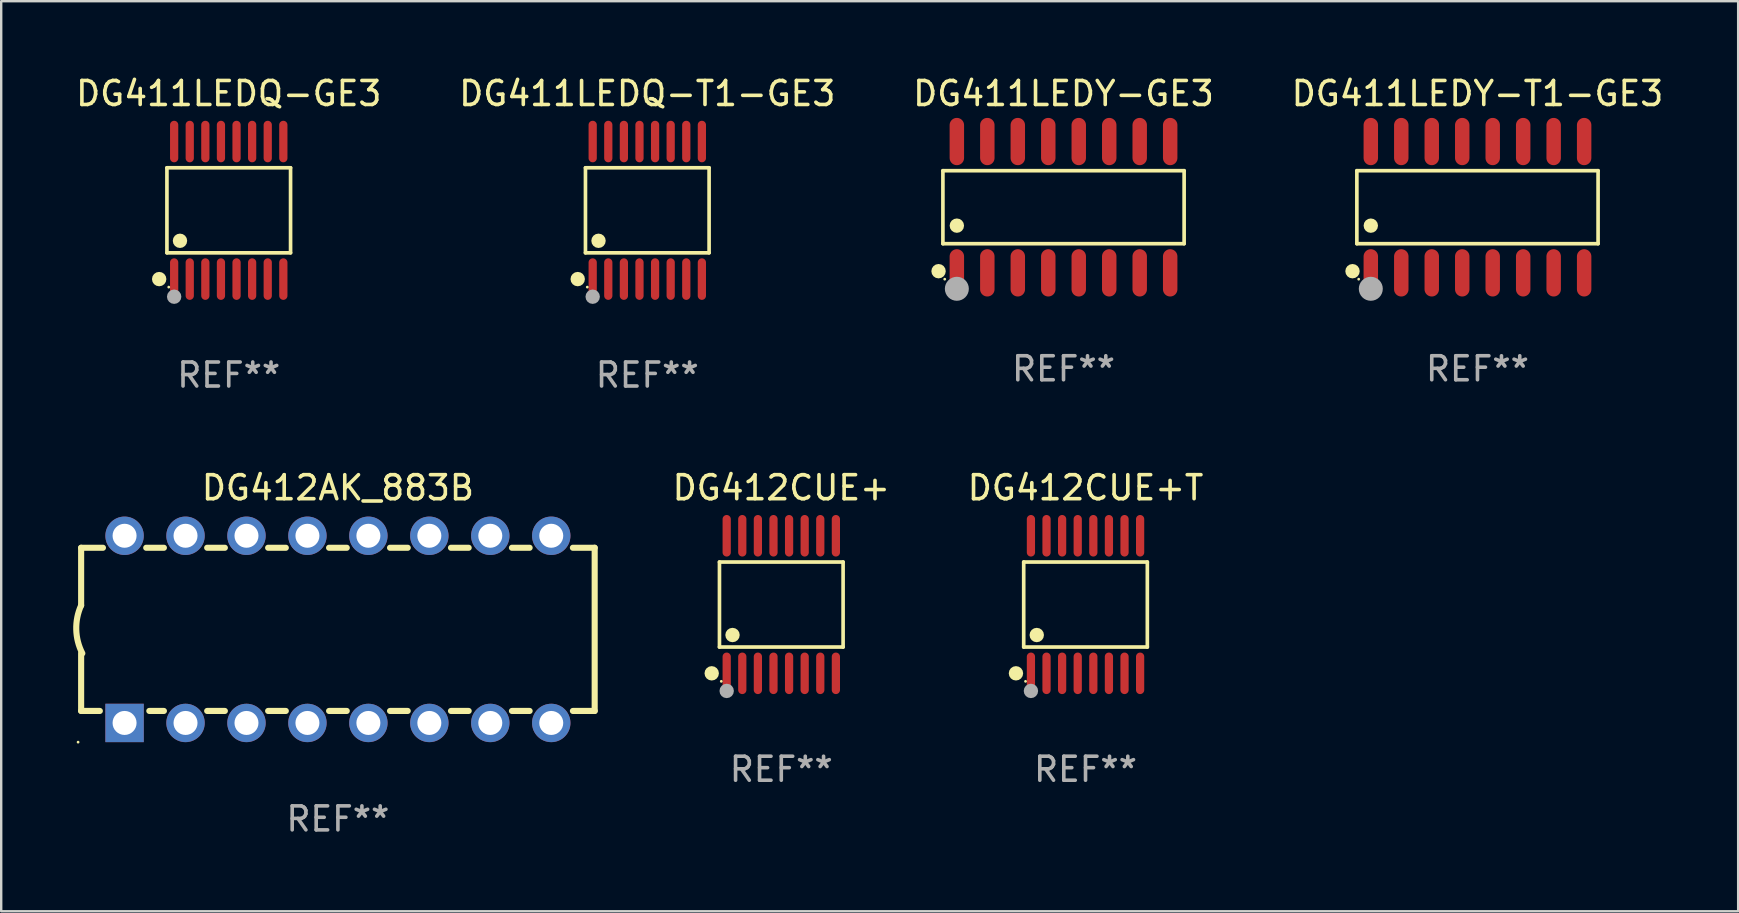
<source format=kicad_pcb>
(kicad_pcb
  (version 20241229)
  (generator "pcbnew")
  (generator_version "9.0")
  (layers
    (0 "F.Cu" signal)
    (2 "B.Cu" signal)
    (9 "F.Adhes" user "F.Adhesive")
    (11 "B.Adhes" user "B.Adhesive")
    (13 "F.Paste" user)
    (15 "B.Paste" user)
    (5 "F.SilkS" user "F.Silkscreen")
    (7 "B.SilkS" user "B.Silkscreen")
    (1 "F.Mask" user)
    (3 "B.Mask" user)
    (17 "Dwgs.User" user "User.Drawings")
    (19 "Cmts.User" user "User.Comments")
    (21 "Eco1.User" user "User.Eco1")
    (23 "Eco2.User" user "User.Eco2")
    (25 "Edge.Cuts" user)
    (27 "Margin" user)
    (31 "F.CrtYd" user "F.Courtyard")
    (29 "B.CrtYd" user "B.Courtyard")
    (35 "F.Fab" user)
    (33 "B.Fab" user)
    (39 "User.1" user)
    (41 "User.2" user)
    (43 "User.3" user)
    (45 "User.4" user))
  (footprint "DG412CUE+T"
    (layer "F.Cu")
    (at 42.185 22.142)
    (property "Reference" "DG412CUE+T" (at 0 -4.866 0) (layer "F.SilkS") (effects (font (size 1 1) (thickness 0.15))))
    (attr through_hole)
    (fp_line (start -2.576 -1.772) (end 2.576 -1.772) (stroke (width 0.152) (type solid)) (layer "F.SilkS"))
    (fp_line (start -2.576 1.771) (end -2.576 -1.772) (stroke (width 0.152) (type solid)) (layer "F.SilkS"))
    (fp_line (start 2.576 -1.772) (end 2.576 1.771) (stroke (width 0.152) (type solid)) (layer "F.SilkS"))
    (fp_line (start 2.576 1.771) (end -2.576 1.771) (stroke (width 0.152) (type solid)) (layer "F.SilkS"))
    (fp_circle (center -2.899 2.866) (end -2.749 2.866) (stroke (width 0.3) (type solid)) (fill no) (layer "F.SilkS"))
    (fp_circle (center -2.5 3.2) (end -2.47 3.2) (stroke (width 0.06) (type solid)) (fill no) (layer "F.SilkS"))
    (fp_circle (center -2.032 1.27) (end -1.882 1.27) (stroke (width 0.3) (type solid)) (fill no) (layer "F.SilkS"))
    (fp_circle (center -2.275 3.6) (end -2.125 3.6) (stroke (width 0.3) (type solid)) (fill no) (layer "F.Fab"))
    (fp_text user "REF**" (at 0 6.866 0) (layer "F.Fab") (effects (font (size 1 1) (thickness 0.15))))
    (pad "1" smd oval (at -2.275 2.866) (size 0.343 1.731) (layers "F.Cu" "F.Mask" "F.Paste"))
    (pad "2" smd oval (at -1.625 2.866) (size 0.343 1.731) (layers "F.Cu" "F.Mask" "F.Paste"))
    (pad "3" smd oval (at -0.975 2.866) (size 0.343 1.731) (layers "F.Cu" "F.Mask" "F.Paste"))
    (pad "4" smd oval (at -0.325 2.866) (size 0.343 1.731) (layers "F.Cu" "F.Mask" "F.Paste"))
    (pad "5" smd oval (at 0.325 2.866) (size 0.343 1.731) (layers "F.Cu" "F.Mask" "F.Paste"))
    (pad "6" smd oval (at 0.975 2.866) (size 0.343 1.731) (layers "F.Cu" "F.Mask" "F.Paste"))
    (pad "7" smd oval (at 1.625 2.866) (size 0.343 1.731) (layers "F.Cu" "F.Mask" "F.Paste"))
    (pad "8" smd oval (at 2.275 2.866) (size 0.343 1.731) (layers "F.Cu" "F.Mask" "F.Paste"))
    (pad "9" smd oval (at 2.275 -2.866) (size 0.343 1.731) (layers "F.Cu" "F.Mask" "F.Paste"))
    (pad "10" smd oval (at 1.625 -2.866) (size 0.343 1.731) (layers "F.Cu" "F.Mask" "F.Paste"))
    (pad "11" smd oval (at 0.975 -2.866) (size 0.343 1.731) (layers "F.Cu" "F.Mask" "F.Paste"))
    (pad "12" smd oval (at 0.325 -2.866) (size 0.343 1.731) (layers "F.Cu" "F.Mask" "F.Paste"))
    (pad "13" smd oval (at -0.325 -2.866) (size 0.343 1.731) (layers "F.Cu" "F.Mask" "F.Paste"))
    (pad "14" smd oval (at -0.975 -2.866) (size 0.343 1.731) (layers "F.Cu" "F.Mask" "F.Paste"))
    (pad "15" smd oval (at -1.625 -2.866) (size 0.343 1.731) (layers "F.Cu" "F.Mask" "F.Paste"))
    (pad "16" smd oval (at -2.275 -2.866) (size 0.343 1.731) (layers "F.Cu" "F.Mask" "F.Paste")))
  (footprint "DG412CUE+"
    (layer "F.Cu")
    (at 29.507 22.142)
    (property "Reference" "DG412CUE+" (at 0 -4.866 0) (layer "F.SilkS") (effects (font (size 1 1) (thickness 0.15))))
    (attr through_hole)
    (fp_line (start -2.576 -1.772) (end 2.576 -1.772) (stroke (width 0.152) (type solid)) (layer "F.SilkS"))
    (fp_line (start -2.576 1.771) (end -2.576 -1.772) (stroke (width 0.152) (type solid)) (layer "F.SilkS"))
    (fp_line (start 2.576 -1.772) (end 2.576 1.771) (stroke (width 0.152) (type solid)) (layer "F.SilkS"))
    (fp_line (start 2.576 1.771) (end -2.576 1.771) (stroke (width 0.152) (type solid)) (layer "F.SilkS"))
    (fp_circle (center -2.899 2.866) (end -2.749 2.866) (stroke (width 0.3) (type solid)) (fill no) (layer "F.SilkS"))
    (fp_circle (center -2.5 3.2) (end -2.47 3.2) (stroke (width 0.06) (type solid)) (fill no) (layer "F.SilkS"))
    (fp_circle (center -2.032 1.27) (end -1.882 1.27) (stroke (width 0.3) (type solid)) (fill no) (layer "F.SilkS"))
    (fp_circle (center -2.275 3.6) (end -2.125 3.6) (stroke (width 0.3) (type solid)) (fill no) (layer "F.Fab"))
    (fp_text user "REF**" (at 0 6.866 0) (layer "F.Fab") (effects (font (size 1 1) (thickness 0.15))))
    (pad "1" smd oval (at -2.275 2.866) (size 0.343 1.731) (layers "F.Cu" "F.Mask" "F.Paste"))
    (pad "2" smd oval (at -1.625 2.866) (size 0.343 1.731) (layers "F.Cu" "F.Mask" "F.Paste"))
    (pad "3" smd oval (at -0.975 2.866) (size 0.343 1.731) (layers "F.Cu" "F.Mask" "F.Paste"))
    (pad "4" smd oval (at -0.325 2.866) (size 0.343 1.731) (layers "F.Cu" "F.Mask" "F.Paste"))
    (pad "5" smd oval (at 0.325 2.866) (size 0.343 1.731) (layers "F.Cu" "F.Mask" "F.Paste"))
    (pad "6" smd oval (at 0.975 2.866) (size 0.343 1.731) (layers "F.Cu" "F.Mask" "F.Paste"))
    (pad "7" smd oval (at 1.625 2.866) (size 0.343 1.731) (layers "F.Cu" "F.Mask" "F.Paste"))
    (pad "8" smd oval (at 2.275 2.866) (size 0.343 1.731) (layers "F.Cu" "F.Mask" "F.Paste"))
    (pad "9" smd oval (at 2.275 -2.866) (size 0.343 1.731) (layers "F.Cu" "F.Mask" "F.Paste"))
    (pad "10" smd oval (at 1.625 -2.866) (size 0.343 1.731) (layers "F.Cu" "F.Mask" "F.Paste"))
    (pad "11" smd oval (at 0.975 -2.866) (size 0.343 1.731) (layers "F.Cu" "F.Mask" "F.Paste"))
    (pad "12" smd oval (at 0.325 -2.866) (size 0.343 1.731) (layers "F.Cu" "F.Mask" "F.Paste"))
    (pad "13" smd oval (at -0.325 -2.866) (size 0.343 1.731) (layers "F.Cu" "F.Mask" "F.Paste"))
    (pad "14" smd oval (at -0.975 -2.866) (size 0.343 1.731) (layers "F.Cu" "F.Mask" "F.Paste"))
    (pad "15" smd oval (at -1.625 -2.866) (size 0.343 1.731) (layers "F.Cu" "F.Mask" "F.Paste"))
    (pad "16" smd oval (at -2.275 -2.866) (size 0.343 1.731) (layers "F.Cu" "F.Mask" "F.Paste")))
  (footprint "DG411LEDQ-GE3"
    (layer "F.Cu")
    (at 6.482 5.714)
    (property "Reference" "DG411LEDQ-GE3" (at 0 -4.866 0) (layer "F.SilkS") (effects (font (size 1 1) (thickness 0.15))))
    (attr through_hole)
    (fp_line (start -2.576 -1.772) (end 2.576 -1.772) (stroke (width 0.152) (type solid)) (layer "F.SilkS"))
    (fp_line (start -2.576 1.771) (end -2.576 -1.772) (stroke (width 0.152) (type solid)) (layer "F.SilkS"))
    (fp_line (start 2.576 -1.772) (end 2.576 1.771) (stroke (width 0.152) (type solid)) (layer "F.SilkS"))
    (fp_line (start 2.576 1.771) (end -2.576 1.771) (stroke (width 0.152) (type solid)) (layer "F.SilkS"))
    (fp_circle (center -2.899 2.866) (end -2.749 2.866) (stroke (width 0.3) (type solid)) (fill no) (layer "F.SilkS"))
    (fp_circle (center -2.5 3.2) (end -2.47 3.2) (stroke (width 0.06) (type solid)) (fill no) (layer "F.SilkS"))
    (fp_circle (center -2.032 1.27) (end -1.882 1.27) (stroke (width 0.3) (type solid)) (fill no) (layer "F.SilkS"))
    (fp_circle (center -2.275 3.6) (end -2.125 3.6) (stroke (width 0.3) (type solid)) (fill no) (layer "F.Fab"))
    (fp_text user "REF**" (at 0 6.866 0) (layer "F.Fab") (effects (font (size 1 1) (thickness 0.15))))
    (pad "1" smd oval (at -2.275 2.866) (size 0.343 1.731) (layers "F.Cu" "F.Mask" "F.Paste"))
    (pad "2" smd oval (at -1.625 2.866) (size 0.343 1.731) (layers "F.Cu" "F.Mask" "F.Paste"))
    (pad "3" smd oval (at -0.975 2.866) (size 0.343 1.731) (layers "F.Cu" "F.Mask" "F.Paste"))
    (pad "4" smd oval (at -0.325 2.866) (size 0.343 1.731) (layers "F.Cu" "F.Mask" "F.Paste"))
    (pad "5" smd oval (at 0.325 2.866) (size 0.343 1.731) (layers "F.Cu" "F.Mask" "F.Paste"))
    (pad "6" smd oval (at 0.975 2.866) (size 0.343 1.731) (layers "F.Cu" "F.Mask" "F.Paste"))
    (pad "7" smd oval (at 1.625 2.866) (size 0.343 1.731) (layers "F.Cu" "F.Mask" "F.Paste"))
    (pad "8" smd oval (at 2.275 2.866) (size 0.343 1.731) (layers "F.Cu" "F.Mask" "F.Paste"))
    (pad "9" smd oval (at 2.275 -2.866) (size 0.343 1.731) (layers "F.Cu" "F.Mask" "F.Paste"))
    (pad "10" smd oval (at 1.625 -2.866) (size 0.343 1.731) (layers "F.Cu" "F.Mask" "F.Paste"))
    (pad "11" smd oval (at 0.975 -2.866) (size 0.343 1.731) (layers "F.Cu" "F.Mask" "F.Paste"))
    (pad "12" smd oval (at 0.325 -2.866) (size 0.343 1.731) (layers "F.Cu" "F.Mask" "F.Paste"))
    (pad "13" smd oval (at -0.325 -2.866) (size 0.343 1.731) (layers "F.Cu" "F.Mask" "F.Paste"))
    (pad "14" smd oval (at -0.975 -2.866) (size 0.343 1.731) (layers "F.Cu" "F.Mask" "F.Paste"))
    (pad "15" smd oval (at -1.625 -2.866) (size 0.343 1.731) (layers "F.Cu" "F.Mask" "F.Paste"))
    (pad "16" smd oval (at -2.275 -2.866) (size 0.343 1.731) (layers "F.Cu" "F.Mask" "F.Paste")))
  (footprint "DG411LEDY-GE3"
    (layer "F.Cu")
    (at 41.268 5.584)
    (property "Reference" "DG411LEDY-GE3" (at 0 -4.736 0) (layer "F.SilkS") (effects (font (size 1 1) (thickness 0.15))))
    (attr through_hole)
    (fp_line (start -5.026 -1.521) (end 5.026 -1.521) (stroke (width 0.152) (type solid)) (layer "F.SilkS"))
    (fp_line (start -5.026 1.521) (end -5.026 -1.521) (stroke (width 0.152) (type solid)) (layer "F.SilkS"))
    (fp_line (start 5.026 -1.521) (end 5.026 1.521) (stroke (width 0.152) (type solid)) (layer "F.SilkS"))
    (fp_line (start 5.026 1.521) (end -5.026 1.521) (stroke (width 0.152) (type solid)) (layer "F.SilkS"))
    (fp_circle (center -5.207 2.667) (end -5.057 2.667) (stroke (width 0.3) (type solid)) (fill no) (layer "F.SilkS"))
    (fp_circle (center -4.95 3) (end -4.92 3) (stroke (width 0.06) (type solid)) (fill no) (layer "F.SilkS"))
    (fp_circle (center -4.445 0.769) (end -4.295 0.769) (stroke (width 0.3) (type solid)) (fill no) (layer "F.SilkS"))
    (fp_circle (center -4.445 3.4) (end -4.195 3.4) (stroke (width 0.5) (type solid)) (fill no) (layer "F.Fab"))
    (fp_text user "REF**" (at 0 6.736 0) (layer "F.Fab") (effects (font (size 1 1) (thickness 0.15))))
    (pad "1" smd oval (at -4.445 2.736) (size 0.602 1.971) (layers "F.Cu" "F.Mask" "F.Paste"))
    (pad "2" smd oval (at -3.175 2.736) (size 0.602 1.971) (layers "F.Cu" "F.Mask" "F.Paste"))
    (pad "3" smd oval (at -1.905 2.736) (size 0.602 1.971) (layers "F.Cu" "F.Mask" "F.Paste"))
    (pad "4" smd oval (at -0.635 2.736) (size 0.602 1.971) (layers "F.Cu" "F.Mask" "F.Paste"))
    (pad "5" smd oval (at 0.635 2.736) (size 0.602 1.971) (layers "F.Cu" "F.Mask" "F.Paste"))
    (pad "6" smd oval (at 1.905 2.736) (size 0.602 1.971) (layers "F.Cu" "F.Mask" "F.Paste"))
    (pad "7" smd oval (at 3.175 2.736) (size 0.602 1.971) (layers "F.Cu" "F.Mask" "F.Paste"))
    (pad "8" smd oval (at 4.445 2.736) (size 0.602 1.971) (layers "F.Cu" "F.Mask" "F.Paste"))
    (pad "9" smd oval (at 4.445 -2.736) (size 0.602 1.971) (layers "F.Cu" "F.Mask" "F.Paste"))
    (pad "10" smd oval (at 3.175 -2.736) (size 0.602 1.971) (layers "F.Cu" "F.Mask" "F.Paste"))
    (pad "11" smd oval (at 1.905 -2.736) (size 0.602 1.971) (layers "F.Cu" "F.Mask" "F.Paste"))
    (pad "12" smd oval (at 0.635 -2.736) (size 0.602 1.971) (layers "F.Cu" "F.Mask" "F.Paste"))
    (pad "13" smd oval (at -0.635 -2.736) (size 0.602 1.971) (layers "F.Cu" "F.Mask" "F.Paste"))
    (pad "14" smd oval (at -1.905 -2.736) (size 0.602 1.971) (layers "F.Cu" "F.Mask" "F.Paste"))
    (pad "15" smd oval (at -3.175 -2.736) (size 0.602 1.971) (layers "F.Cu" "F.Mask" "F.Paste"))
    (pad "16" smd oval (at -4.445 -2.736) (size 0.602 1.971) (layers "F.Cu" "F.Mask" "F.Paste")))
  (footprint "DG411LEDY-T1-GE3"
    (layer "F.Cu")
    (at 58.518 5.584)
    (property "Reference" "DG411LEDY-T1-GE3" (at 0 -4.736 0) (layer "F.SilkS") (effects (font (size 1 1) (thickness 0.15))))
    (attr through_hole)
    (fp_line (start -5.026 -1.521) (end 5.026 -1.521) (stroke (width 0.152) (type solid)) (layer "F.SilkS"))
    (fp_line (start -5.026 1.521) (end -5.026 -1.521) (stroke (width 0.152) (type solid)) (layer "F.SilkS"))
    (fp_line (start 5.026 -1.521) (end 5.026 1.521) (stroke (width 0.152) (type solid)) (layer "F.SilkS"))
    (fp_line (start 5.026 1.521) (end -5.026 1.521) (stroke (width 0.152) (type solid)) (layer "F.SilkS"))
    (fp_circle (center -5.207 2.667) (end -5.057 2.667) (stroke (width 0.3) (type solid)) (fill no) (layer "F.SilkS"))
    (fp_circle (center -4.95 3) (end -4.92 3) (stroke (width 0.06) (type solid)) (fill no) (layer "F.SilkS"))
    (fp_circle (center -4.445 0.769) (end -4.295 0.769) (stroke (width 0.3) (type solid)) (fill no) (layer "F.SilkS"))
    (fp_circle (center -4.445 3.4) (end -4.195 3.4) (stroke (width 0.5) (type solid)) (fill no) (layer "F.Fab"))
    (fp_text user "REF**" (at 0 6.736 0) (layer "F.Fab") (effects (font (size 1 1) (thickness 0.15))))
    (pad "1" smd oval (at -4.445 2.736) (size 0.602 1.971) (layers "F.Cu" "F.Mask" "F.Paste"))
    (pad "2" smd oval (at -3.175 2.736) (size 0.602 1.971) (layers "F.Cu" "F.Mask" "F.Paste"))
    (pad "3" smd oval (at -1.905 2.736) (size 0.602 1.971) (layers "F.Cu" "F.Mask" "F.Paste"))
    (pad "4" smd oval (at -0.635 2.736) (size 0.602 1.971) (layers "F.Cu" "F.Mask" "F.Paste"))
    (pad "5" smd oval (at 0.635 2.736) (size 0.602 1.971) (layers "F.Cu" "F.Mask" "F.Paste"))
    (pad "6" smd oval (at 1.905 2.736) (size 0.602 1.971) (layers "F.Cu" "F.Mask" "F.Paste"))
    (pad "7" smd oval (at 3.175 2.736) (size 0.602 1.971) (layers "F.Cu" "F.Mask" "F.Paste"))
    (pad "8" smd oval (at 4.445 2.736) (size 0.602 1.971) (layers "F.Cu" "F.Mask" "F.Paste"))
    (pad "9" smd oval (at 4.445 -2.736) (size 0.602 1.971) (layers "F.Cu" "F.Mask" "F.Paste"))
    (pad "10" smd oval (at 3.175 -2.736) (size 0.602 1.971) (layers "F.Cu" "F.Mask" "F.Paste"))
    (pad "11" smd oval (at 1.905 -2.736) (size 0.602 1.971) (layers "F.Cu" "F.Mask" "F.Paste"))
    (pad "12" smd oval (at 0.635 -2.736) (size 0.602 1.971) (layers "F.Cu" "F.Mask" "F.Paste"))
    (pad "13" smd oval (at -0.635 -2.736) (size 0.602 1.971) (layers "F.Cu" "F.Mask" "F.Paste"))
    (pad "14" smd oval (at -1.905 -2.736) (size 0.602 1.971) (layers "F.Cu" "F.Mask" "F.Paste"))
    (pad "15" smd oval (at -3.175 -2.736) (size 0.602 1.971) (layers "F.Cu" "F.Mask" "F.Paste"))
    (pad "16" smd oval (at -4.445 -2.736) (size 0.602 1.971) (layers "F.Cu" "F.Mask" "F.Paste")))
  (footprint "DG411LEDQ-T1-GE3"
    (layer "F.Cu")
    (at 23.923 5.714)
    (property "Reference" "DG411LEDQ-T1-GE3" (at 0 -4.866 0) (layer "F.SilkS") (effects (font (size 1 1) (thickness 0.15))))
    (attr through_hole)
    (fp_line (start -2.576 -1.772) (end 2.576 -1.772) (stroke (width 0.152) (type solid)) (layer "F.SilkS"))
    (fp_line (start -2.576 1.771) (end -2.576 -1.772) (stroke (width 0.152) (type solid)) (layer "F.SilkS"))
    (fp_line (start 2.576 -1.772) (end 2.576 1.771) (stroke (width 0.152) (type solid)) (layer "F.SilkS"))
    (fp_line (start 2.576 1.771) (end -2.576 1.771) (stroke (width 0.152) (type solid)) (layer "F.SilkS"))
    (fp_circle (center -2.899 2.866) (end -2.749 2.866) (stroke (width 0.3) (type solid)) (fill no) (layer "F.SilkS"))
    (fp_circle (center -2.5 3.2) (end -2.47 3.2) (stroke (width 0.06) (type solid)) (fill no) (layer "F.SilkS"))
    (fp_circle (center -2.032 1.27) (end -1.882 1.27) (stroke (width 0.3) (type solid)) (fill no) (layer "F.SilkS"))
    (fp_circle (center -2.275 3.6) (end -2.125 3.6) (stroke (width 0.3) (type solid)) (fill no) (layer "F.Fab"))
    (fp_text user "REF**" (at 0 6.866 0) (layer "F.Fab") (effects (font (size 1 1) (thickness 0.15))))
    (pad "1" smd oval (at -2.275 2.866) (size 0.343 1.731) (layers "F.Cu" "F.Mask" "F.Paste"))
    (pad "2" smd oval (at -1.625 2.866) (size 0.343 1.731) (layers "F.Cu" "F.Mask" "F.Paste"))
    (pad "3" smd oval (at -0.975 2.866) (size 0.343 1.731) (layers "F.Cu" "F.Mask" "F.Paste"))
    (pad "4" smd oval (at -0.325 2.866) (size 0.343 1.731) (layers "F.Cu" "F.Mask" "F.Paste"))
    (pad "5" smd oval (at 0.325 2.866) (size 0.343 1.731) (layers "F.Cu" "F.Mask" "F.Paste"))
    (pad "6" smd oval (at 0.975 2.866) (size 0.343 1.731) (layers "F.Cu" "F.Mask" "F.Paste"))
    (pad "7" smd oval (at 1.625 2.866) (size 0.343 1.731) (layers "F.Cu" "F.Mask" "F.Paste"))
    (pad "8" smd oval (at 2.275 2.866) (size 0.343 1.731) (layers "F.Cu" "F.Mask" "F.Paste"))
    (pad "9" smd oval (at 2.275 -2.866) (size 0.343 1.731) (layers "F.Cu" "F.Mask" "F.Paste"))
    (pad "10" smd oval (at 1.625 -2.866) (size 0.343 1.731) (layers "F.Cu" "F.Mask" "F.Paste"))
    (pad "11" smd oval (at 0.975 -2.866) (size 0.343 1.731) (layers "F.Cu" "F.Mask" "F.Paste"))
    (pad "12" smd oval (at 0.325 -2.866) (size 0.343 1.731) (layers "F.Cu" "F.Mask" "F.Paste"))
    (pad "13" smd oval (at -0.325 -2.866) (size 0.343 1.731) (layers "F.Cu" "F.Mask" "F.Paste"))
    (pad "14" smd oval (at -0.975 -2.866) (size 0.343 1.731) (layers "F.Cu" "F.Mask" "F.Paste"))
    (pad "15" smd oval (at -1.625 -2.866) (size 0.343 1.731) (layers "F.Cu" "F.Mask" "F.Paste"))
    (pad "16" smd oval (at -2.275 -2.866) (size 0.343 1.731) (layers "F.Cu" "F.Mask" "F.Paste")))
  (footprint "DG412AK_883B"
    (layer "F.Cu")
    (at 11.031 23.176)
    (property "Reference" "DG412AK_883B" (at 0 -5.9 0) (layer "F.SilkS") (effects (font (size 1 1) (thickness 0.15))))
    (attr through_hole)
    (fp_line (start -10.7 -3.4) (end -9.791 -3.4) (stroke (width 0.254) (type solid)) (layer "F.SilkS"))
    (fp_line (start -10.7 -0.998) (end -10.7 -3.4) (stroke (width 0.254) (type solid)) (layer "F.SilkS"))
    (fp_line (start -10.7 3.4) (end -10.7 1) (stroke (width 0.254) (type solid)) (layer "F.SilkS"))
    (fp_line (start -10.7 3.4) (end -9.921 3.4) (stroke (width 0.254) (type solid)) (layer "F.SilkS"))
    (fp_line (start -7.988 -3.4) (end -7.251 -3.4) (stroke (width 0.254) (type solid)) (layer "F.SilkS"))
    (fp_line (start -7.859 3.4) (end -7.251 3.4) (stroke (width 0.254) (type solid)) (layer "F.SilkS"))
    (fp_line (start -5.448 -3.4) (end -4.711 -3.4) (stroke (width 0.254) (type solid)) (layer "F.SilkS"))
    (fp_line (start -5.448 3.4) (end -4.711 3.4) (stroke (width 0.254) (type solid)) (layer "F.SilkS"))
    (fp_line (start -2.908 -3.4) (end -2.171 -3.4) (stroke (width 0.254) (type solid)) (layer "F.SilkS"))
    (fp_line (start -2.908 3.4) (end -2.171 3.4) (stroke (width 0.254) (type solid)) (layer "F.SilkS"))
    (fp_line (start -0.368 -3.4) (end 0.369 -3.4) (stroke (width 0.254) (type solid)) (layer "F.SilkS"))
    (fp_line (start -0.368 3.4) (end 0.369 3.4) (stroke (width 0.254) (type solid)) (layer "F.SilkS"))
    (fp_line (start 2.172 -3.4) (end 2.909 -3.4) (stroke (width 0.254) (type solid)) (layer "F.SilkS"))
    (fp_line (start 2.172 3.4) (end 2.909 3.4) (stroke (width 0.254) (type solid)) (layer "F.SilkS"))
    (fp_line (start 4.712 -3.4) (end 5.449 -3.4) (stroke (width 0.254) (type solid)) (layer "F.SilkS"))
    (fp_line (start 4.712 3.4) (end 5.449 3.4) (stroke (width 0.254) (type solid)) (layer "F.SilkS"))
    (fp_line (start 7.252 -3.4) (end 7.989 -3.4) (stroke (width 0.254) (type solid)) (layer "F.SilkS"))
    (fp_line (start 7.252 3.4) (end 7.989 3.4) (stroke (width 0.254) (type solid)) (layer "F.SilkS"))
    (fp_line (start 9.792 -3.4) (end 10.7 -3.4) (stroke (width 0.254) (type solid)) (layer "F.SilkS"))
    (fp_line (start 9.792 3.4) (end 10.7 3.4) (stroke (width 0.254) (type solid)) (layer "F.SilkS"))
    (fp_line (start 10.7 3.4) (end 10.7 -3.4) (stroke (width 0.254) (type solid)) (layer "F.SilkS"))
    (fp_arc (start -10.649962 0.99995) (mid -10.90314 0.005668) (end -10.699975 -1.000025) (stroke (width 0.254001) (type solid)) (layer "F.SilkS"))
    (fp_circle (center -10.827 4.7) (end -10.797 4.7) (stroke (width 0.06) (type solid)) (fill no) (layer "F.SilkS"))
    (fp_text user "REF**" (at 0 7.9 0) (layer "F.Fab") (effects (font (size 1 1) (thickness 0.15))))
    (pad "1" thru_hole rect (at -8.89 3.9 90) (size 1.6 1.6) (drill 1) (layers "*.Cu" "*.Mask"))
    (pad "2" thru_hole circle (at -6.35 3.9) (size 1.6 1.6) (drill 1) (layers "*.Cu" "*.Mask"))
    (pad "3" thru_hole circle (at -3.81 3.9) (size 1.6 1.6) (drill 1) (layers "*.Cu" "*.Mask"))
    (pad "4" thru_hole circle (at -1.27 3.9) (size 1.6 1.6) (drill 1) (layers "*.Cu" "*.Mask"))
    (pad "5" thru_hole circle (at 1.27 3.9) (size 1.6 1.6) (drill 1) (layers "*.Cu" "*.Mask"))
    (pad "6" thru_hole circle (at 3.81 3.9) (size 1.6 1.6) (drill 1) (layers "*.Cu" "*.Mask"))
    (pad "7" thru_hole circle (at 6.35 3.9) (size 1.6 1.6) (drill 1) (layers "*.Cu" "*.Mask"))
    (pad "8" thru_hole circle (at 8.89 3.9) (size 1.6 1.6) (drill 1) (layers "*.Cu" "*.Mask"))
    (pad "9" thru_hole circle (at 8.89 -3.9) (size 1.6 1.6) (drill 1) (layers "*.Cu" "*.Mask"))
    (pad "10" thru_hole circle (at 6.35 -3.9) (size 1.6 1.6) (drill 1) (layers "*.Cu" "*.Mask"))
    (pad "11" thru_hole circle (at 3.81 -3.9) (size 1.6 1.6) (drill 1) (layers "*.Cu" "*.Mask"))
    (pad "12" thru_hole circle (at 1.27 -3.9) (size 1.6 1.6) (drill 1) (layers "*.Cu" "*.Mask"))
    (pad "13" thru_hole circle (at -1.27 -3.9) (size 1.6 1.6) (drill 1) (layers "*.Cu" "*.Mask"))
    (pad "14" thru_hole circle (at -3.81 -3.9) (size 1.6 1.6) (drill 1) (layers "*.Cu" "*.Mask"))
    (pad "15" thru_hole circle (at -6.35 -3.9) (size 1.6 1.6) (drill 1) (layers "*.Cu" "*.Mask"))
    (pad "16" thru_hole circle (at -8.89 -3.9) (size 1.6 1.6) (drill 1) (layers "*.Cu" "*.Mask")))
  (gr_rect
    (start -3 -3)
    (end 69.381 34.924)
    (stroke (width 0.1) (type default))
    (fill no)
    (layer "Edge.Cuts")))
</source>
